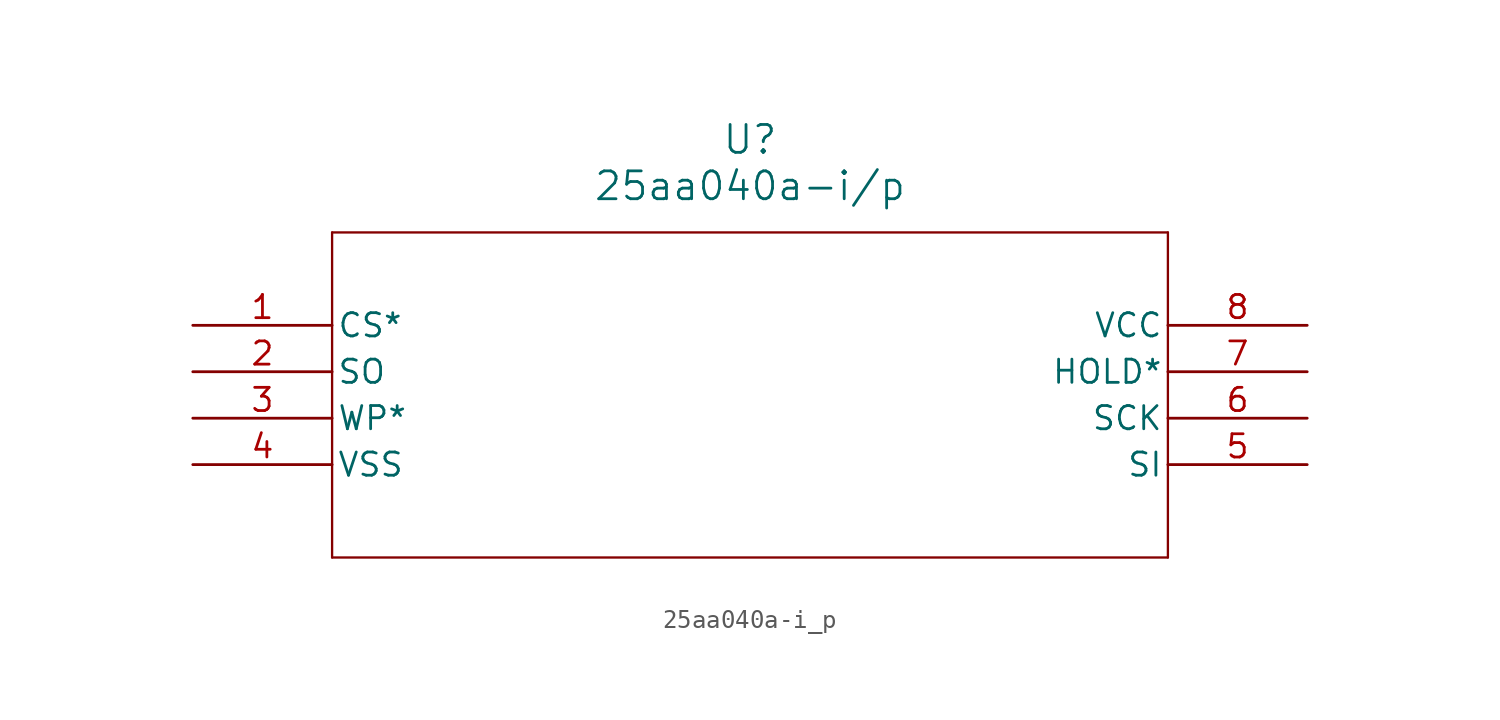
<source format=kicad_sym>
(kicad_symbol_lib
  (version 20211014)
  (generator kicad_symbol_editor)
  (symbol "25aa040a-i_p"
    (pin_names
      (offset 0.254))
    (property "Reference" "U"
      (at 30.48 10.16 0)
      (effects (font (size 1.524 1.524))))
    (property "Value" "25aa040a-i/p"
      (at 30.48 7.62 0)
      (effects (font (size 1.524 1.524))))
    (symbol "25aa040a-i_p_0_1"
      (polyline (pts (xy 7.62 5.08) (xy 7.62 -12.7)) (stroke (width 0.127) (type default) (color 0 0 0 0)) (fill (type none)))
      (polyline (pts (xy 7.62 -12.7) (xy 53.34 -12.7)) (stroke (width 0.127) (type default) (color 0 0 0 0)) (fill (type none)))
      (polyline (pts (xy 53.34 -12.7) (xy 53.34 5.08)) (stroke (width 0.127) (type default) (color 0 0 0 0)) (fill (type none)))
      (polyline (pts (xy 53.34 5.08) (xy 7.62 5.08)) (stroke (width 0.127) (type default) (color 0 0 0 0)) (fill (type none)))
      (pin input line (at 0 0 0) (length 7.62) (name "CS*" (effects (font (size 1.27 1.27)))) (number "1" (effects (font (size 1.27 1.27)))))
      (pin output line (at 0 -2.54 0) (length 7.62) (name "SO" (effects (font (size 1.27 1.27)))) (number "2" (effects (font (size 1.27 1.27)))))
      (pin input line (at 0 -5.08 0) (length 7.62) (name "WP*" (effects (font (size 1.27 1.27)))) (number "3" (effects (font (size 1.27 1.27)))))
      (pin power_in line (at 0 -7.62 0) (length 7.62) (name "VSS" (effects (font (size 1.27 1.27)))) (number "4" (effects (font (size 1.27 1.27)))))
      (pin input line (at 60.96 -7.62 180) (length 7.62) (name "SI" (effects (font (size 1.27 1.27)))) (number "5" (effects (font (size 1.27 1.27)))))
      (pin input line (at 60.96 -5.08 180) (length 7.62) (name "SCK" (effects (font (size 1.27 1.27)))) (number "6" (effects (font (size 1.27 1.27)))))
      (pin input line (at 60.96 -2.54 180) (length 7.62) (name "HOLD*" (effects (font (size 1.27 1.27)))) (number "7" (effects (font (size 1.27 1.27)))))
      (pin power_in line (at 60.96 0 180) (length 7.62) (name "VCC" (effects (font (size 1.27 1.27)))) (number "8" (effects (font (size 1.27 1.27))))))))
</source>
